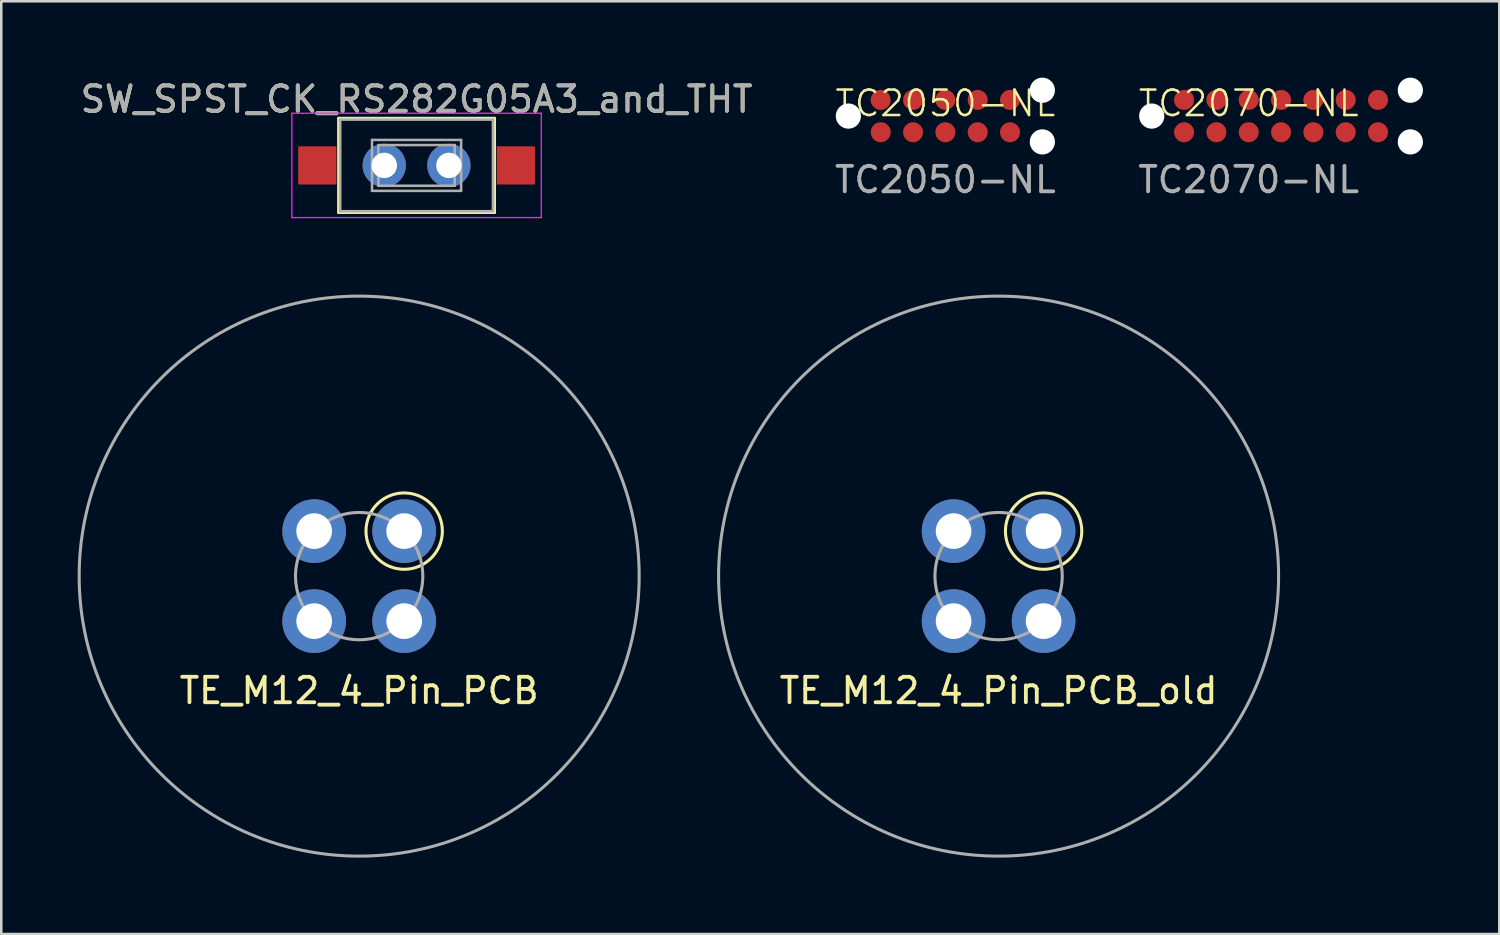
<source format=kicad_pcb>
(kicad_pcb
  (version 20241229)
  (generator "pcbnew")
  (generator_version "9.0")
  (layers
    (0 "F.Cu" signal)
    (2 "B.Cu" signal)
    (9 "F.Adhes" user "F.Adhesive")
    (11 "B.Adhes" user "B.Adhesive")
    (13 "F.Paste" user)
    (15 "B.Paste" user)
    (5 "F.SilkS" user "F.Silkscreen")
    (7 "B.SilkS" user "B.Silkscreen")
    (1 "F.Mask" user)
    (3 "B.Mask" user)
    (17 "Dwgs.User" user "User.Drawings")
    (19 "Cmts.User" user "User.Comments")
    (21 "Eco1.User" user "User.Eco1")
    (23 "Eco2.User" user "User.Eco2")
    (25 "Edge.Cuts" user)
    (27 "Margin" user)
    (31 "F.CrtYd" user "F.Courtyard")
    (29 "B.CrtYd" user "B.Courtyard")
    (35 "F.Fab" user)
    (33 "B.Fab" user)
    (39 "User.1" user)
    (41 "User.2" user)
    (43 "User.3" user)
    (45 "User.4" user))
  (footprint "TC2070-NL"
    (layer "F.Cu")
    (at 47.276 1.51)
    (property "Reference" "TC2070-NL" (at -1.27 -0.5 0) (unlocked yes) (layer "F.SilkS") (effects (font (size 1 1) (thickness 0.1))))
    (attr smd exclude_from_pos_files exclude_from_bom)
    (fp_text user "${REFERENCE}" (at -1.27 2.5 0) (unlocked yes) (layer "F.Fab") (effects (font (size 1 1) (thickness 0.15))))
    (pad "" np_thru_hole circle (at -5.08 0) (size 0.991 0.991) (drill 0.991) (layers "*.Cu" "*.Mask"))
    (pad "" np_thru_hole circle (at 5.08 -1.015) (size 0.991 0.991) (drill 0.991) (layers "*.Cu" "*.Mask"))
    (pad "" np_thru_hole circle (at 5.08 1.015) (size 0.991 0.991) (drill 0.991) (layers "*.Cu" "*.Mask"))
    (pad "1" smd circle (at -3.81 0.635) (size 0.787 0.787) (layers "F.Cu" "F.Mask"))
    (pad "2" smd circle (at -2.54 0.635) (size 0.787 0.787) (layers "F.Cu" "F.Mask"))
    (pad "3" smd circle (at -1.27 0.635) (size 0.787 0.787) (layers "F.Cu" "F.Mask"))
    (pad "4" smd circle (at 0 0.635) (size 0.787 0.787) (layers "F.Cu" "F.Mask"))
    (pad "5" smd circle (at 1.27 0.635) (size 0.787 0.787) (layers "F.Cu" "F.Mask"))
    (pad "6" smd circle (at 2.54 0.635) (size 0.787 0.787) (layers "F.Cu" "F.Mask"))
    (pad "7" smd circle (at 3.81 0.635) (size 0.787 0.787) (layers "F.Cu" "F.Mask"))
    (pad "8" smd circle (at 3.81 -0.635) (size 0.787 0.787) (layers "F.Cu" "F.Mask"))
    (pad "9" smd circle (at 2.54 -0.635) (size 0.787 0.787) (layers "F.Cu" "F.Mask"))
    (pad "10" smd circle (at 1.27 -0.635) (size 0.787 0.787) (layers "F.Cu" "F.Mask"))
    (pad "11" smd circle (at 0 -0.635) (size 0.787 0.787) (layers "F.Cu" "F.Mask"))
    (pad "12" smd circle (at -1.27 -0.635) (size 0.787 0.787) (layers "F.Cu" "F.Mask"))
    (pad "13" smd circle (at -2.54 -0.635) (size 0.787 0.787) (layers "F.Cu" "F.Mask"))
    (pad "14" smd circle (at -3.81 -0.635) (size 0.787 0.787) (layers "F.Cu" "F.Mask"))
    (zone (net_name "") (layer "F.Cu") (name "Kepp Out") (hatch edge 0.5) (connect_pads) (min_thickness 0.25) (filled_areas_thickness no) (keepout (tracks not_allowed) (vias not_allowed) (pads allowed) (copperpour not_allowed) (footprints not_allowed)) (placement (enabled no)) (fill) (polygon (pts (xy 43.466 0.875) (xy 51.086 0.875) (xy 51.086 2.145) (xy 43.466 2.145)))))
  (footprint "SW_SPST_CK_RS282G05A3_and_THT"
    (layer "F.Cu")
    (at 13.315 3.448)
    (property "Reference" "SW_SPST_CK_RS282G05A3_and_THT" (at 0 -2.6 0) (layer "F.SilkS") (effects (font (size 1 1) (thickness 0.15))))
    (attr smd)
    (fp_line (start -3.06 -1.85) (end 3.06 -1.85) (stroke (width 0.12) (type solid)) (layer "F.SilkS"))
    (fp_line (start -3.06 1.85) (end -3.06 -1.85) (stroke (width 0.12) (type solid)) (layer "F.SilkS"))
    (fp_line (start 3.06 -1.85) (end 3.06 1.85) (stroke (width 0.12) (type solid)) (layer "F.SilkS"))
    (fp_line (start 3.06 1.85) (end -3.06 1.85) (stroke (width 0.12) (type solid)) (layer "F.SilkS"))
    (fp_line (start -4.9 -2.05) (end 4.9 -2.05) (stroke (width 0.05) (type solid)) (layer "F.CrtYd"))
    (fp_line (start -4.9 2.05) (end -4.9 -2.05) (stroke (width 0.05) (type solid)) (layer "F.CrtYd"))
    (fp_line (start 4.9 -2.05) (end 4.9 2.05) (stroke (width 0.05) (type solid)) (layer "F.CrtYd"))
    (fp_line (start 4.9 2.05) (end -4.9 2.05) (stroke (width 0.05) (type solid)) (layer "F.CrtYd"))
    (fp_line (start -3 -1.8) (end -3 1.8) (stroke (width 0.1) (type solid)) (layer "F.Fab"))
    (fp_line (start -3 -1.8) (end 3 -1.8) (stroke (width 0.1) (type solid)) (layer "F.Fab"))
    (fp_line (start -3 1.8) (end 3 1.8) (stroke (width 0.1) (type solid)) (layer "F.Fab"))
    (fp_line (start -1.75 -1) (end 1.75 -1) (stroke (width 0.1) (type solid)) (layer "F.Fab"))
    (fp_line (start -1.75 1) (end -1.75 -1) (stroke (width 0.1) (type solid)) (layer "F.Fab"))
    (fp_line (start -1.5 -0.8) (end -1.5 0.8) (stroke (width 0.1) (type solid)) (layer "F.Fab"))
    (fp_line (start -1.5 -0.8) (end 1.5 -0.8) (stroke (width 0.1) (type solid)) (layer "F.Fab"))
    (fp_line (start -1.5 0.8) (end 1.5 0.8) (stroke (width 0.1) (type solid)) (layer "F.Fab"))
    (fp_line (start 1.5 -0.8) (end 1.5 0.8) (stroke (width 0.1) (type solid)) (layer "F.Fab"))
    (fp_line (start 1.75 -1) (end 1.75 1) (stroke (width 0.1) (type solid)) (layer "F.Fab"))
    (fp_line (start 1.75 1) (end -1.75 1) (stroke (width 0.1) (type solid)) (layer "F.Fab"))
    (fp_line (start 3 -1.8) (end 3 1.8) (stroke (width 0.1) (type solid)) (layer "F.Fab"))
    (fp_text user "${REFERENCE}" (at 0 -2.6 0) (layer "F.Fab") (effects (font (size 1 1) (thickness 0.15))))
    (pad "1" smd rect (at -3.9 0) (size 1.5 1.5) (layers "F.Cu" "F.Mask" "F.Paste"))
    (pad "1" thru_hole circle (at -1.27 0) (size 1.7 1.7) (drill 1) (layers "*.Cu" "*.Mask"))
    (pad "2" thru_hole circle (at 1.27 0) (size 1.7 1.7) (drill 1) (layers "*.Cu" "*.Mask"))
    (pad "2" smd rect (at 3.9 0) (size 1.5 1.5) (layers "F.Cu" "F.Mask" "F.Paste")))
  (footprint "TE_M12_4_Pin_PCB"
    (layer "F.Cu")
    (at 11.06 19.583)
    (property "Reference" "TE_M12_4_Pin_PCB" (at 0 4.5 0) (layer "F.SilkS") (effects (font (size 1 1) (thickness 0.15))))
    (attr through_hole)
    (fp_circle (center 1.768 -1.768) (end 3.268 -1.768) (stroke (width 0.12) (type solid)) (fill no) (layer "F.SilkS"))
    (fp_circle (center 0 0) (end 2.5 0) (stroke (width 0.12) (type solid)) (fill no) (layer "F.Fab"))
    (fp_circle (center 0 0) (end 11 0) (stroke (width 0.12) (type solid)) (fill no) (layer "F.Fab"))
    (pad "1" thru_hole circle (at 1.768 -1.768 270) (size 2.5 2.5) (drill 1.4) (layers "*.Cu" "*.Mask"))
    (pad "2" thru_hole circle (at -1.768 -1.768 270) (size 2.5 2.5) (drill 1.4) (layers "*.Cu" "*.Mask"))
    (pad "3" thru_hole circle (at -1.768 1.768 270) (size 2.5 2.5) (drill 1.4) (layers "*.Cu" "*.Mask"))
    (pad "4" thru_hole circle (at 1.768 1.768 270) (size 2.5 2.5) (drill 1.4) (layers "*.Cu" "*.Mask")))
  (footprint "TE_M12_4_Pin_PCB_old"
    (layer "F.Cu")
    (at 36.18 19.583)
    (property "Reference" "TE_M12_4_Pin_PCB_old" (at 0 4.5 0) (layer "F.SilkS") (effects (font (size 1 1) (thickness 0.15))))
    (attr through_hole)
    (fp_circle (center 1.768 -1.768) (end 3.268 -1.768) (stroke (width 0.12) (type solid)) (fill no) (layer "F.SilkS"))
    (fp_circle (center 0 0) (end 2.5 0) (stroke (width 0.12) (type solid)) (fill no) (layer "F.Fab"))
    (fp_circle (center 0 0) (end 11 0) (stroke (width 0.12) (type solid)) (fill no) (layer "F.Fab"))
    (pad "1" thru_hole circle (at 1.768 -1.768 270) (size 2.5 2.5) (drill 1.4) (layers "*.Cu" "*.Mask"))
    (pad "2" thru_hole circle (at -1.768 -1.768 270) (size 2.5 2.5) (drill 1.4) (layers "*.Cu" "*.Mask"))
    (pad "3" thru_hole circle (at -1.768 1.768 270) (size 2.5 2.5) (drill 1.4) (layers "*.Cu" "*.Mask"))
    (pad "4" thru_hole circle (at 1.768 1.768 270) (size 2.5 2.5) (drill 1.4) (layers "*.Cu" "*.Mask")))
  (footprint "TC2050-NL"
    (layer "F.Cu")
    (at 34.089 1.51)
    (property "Reference" "TC2050-NL" (at 0 -0.5 0) (unlocked yes) (layer "F.SilkS") (effects (font (size 1 1) (thickness 0.1))))
    (attr smd exclude_from_pos_files exclude_from_bom)
    (fp_text user "${REFERENCE}" (at 0 2.5 0) (unlocked yes) (layer "F.Fab") (effects (font (size 1 1) (thickness 0.15))))
    (pad "" np_thru_hole circle (at -3.81 0) (size 0.991 0.991) (drill 0.991) (layers "*.Cu" "*.Mask"))
    (pad "" np_thru_hole circle (at 3.81 -1.015) (size 0.991 0.991) (drill 0.991) (layers "*.Cu" "*.Mask"))
    (pad "" np_thru_hole circle (at 3.81 1.015) (size 0.991 0.991) (drill 0.991) (layers "*.Cu" "*.Mask"))
    (pad "1" smd circle (at -2.54 0.635) (size 0.787 0.787) (layers "F.Cu" "F.Mask"))
    (pad "2" smd circle (at -1.27 0.635) (size 0.787 0.787) (layers "F.Cu" "F.Mask"))
    (pad "3" smd circle (at 0 0.635) (size 0.787 0.787) (layers "F.Cu" "F.Mask"))
    (pad "4" smd circle (at 1.27 0.635) (size 0.787 0.787) (layers "F.Cu" "F.Mask"))
    (pad "5" smd circle (at 2.54 0.635) (size 0.787 0.787) (layers "F.Cu" "F.Mask"))
    (pad "6" smd circle (at 2.54 -0.635) (size 0.787 0.787) (layers "F.Cu" "F.Mask"))
    (pad "7" smd circle (at 1.27 -0.635) (size 0.787 0.787) (layers "F.Cu" "F.Mask"))
    (pad "8" smd circle (at 0 -0.635) (size 0.787 0.787) (layers "F.Cu" "F.Mask"))
    (pad "9" smd circle (at -1.27 -0.635) (size 0.787 0.787) (layers "F.Cu" "F.Mask"))
    (pad "10" smd circle (at -2.54 -0.635) (size 0.787 0.787) (layers "F.Cu" "F.Mask"))
    (zone (net_name "") (layer "F.Cu") (name "Kepp Out") (hatch edge 0.5) (connect_pads) (min_thickness 0.25) (filled_areas_thickness no) (keepout (tracks not_allowed) (vias not_allowed) (pads not_allowed) (copperpour not_allowed) (footprints not_allowed)) (placement (enabled no)) (fill) (polygon (pts (xy 31.549 0.875) (xy 36.629 0.875) (xy 36.629 2.145) (xy 31.549 2.145)))))
  (gr_rect
    (start -3 -3)
    (end 55.851 33.643)
    (stroke (width 0.1) (type default))
    (fill no)
    (layer "Edge.Cuts")))
</source>
